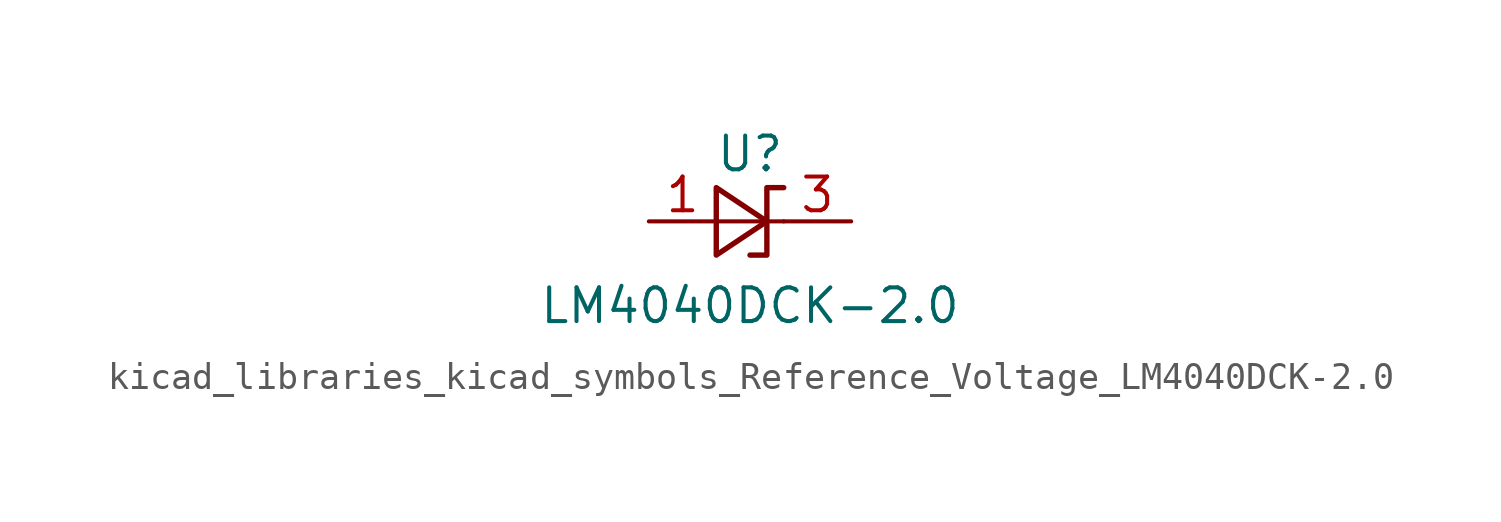
<source format=kicad_sym>
(kicad_symbol_lib
  (version 20220914)
  (generator kicad_symbol_editor)
  (symbol "kicad_libraries_kicad_symbols_Reference_Voltage_LM4040DCK-2.0"
    (pin_names
      (offset 0.025) hide)
    (property "Reference" "U"
      (at 0 2.54 0)
      (effects (font (size 1.27 1.27))))
    (property "Value" "LM4040DCK-2.0"
      (at 0 -3.175 0)
      (effects (font (size 1.27 1.27))))
    (symbol "kicad_libraries_kicad_symbols_Reference_Voltage_LM4040DCK-2.0_0_1"
      (polyline (pts (xy -1.27 0) (xy 0 0) (xy 1.27 0)) (stroke (width 0) (type default)) (fill (type none)))
      (polyline (pts (xy -1.27 -1.27) (xy 0.635 0) (xy -1.27 1.27) (xy -1.27 -1.27)) (stroke (width 0.203) (type default)) (fill (type none)))
      (polyline (pts (xy 0 -1.27) (xy 0.635 -1.27) (xy 0.635 1.27) (xy 1.27 1.27)) (stroke (width 0.203) (type default)) (fill (type none))))
    (symbol "kicad_libraries_kicad_symbols_Reference_Voltage_LM4040DCK-2.0_1_1"
      (pin passive line (at -3.81 0 0) (length 2.54) (name "A" (effects (font (size 1.27 1.27)))) (number "1" (effects (font (size 1.27 1.27)))))
      (pin passive line (at 3.81 0 180) (length 2.54) (name "K" (effects (font (size 1.27 1.27)))) (number "3" (effects (font (size 1.27 1.27))))))))
</source>
